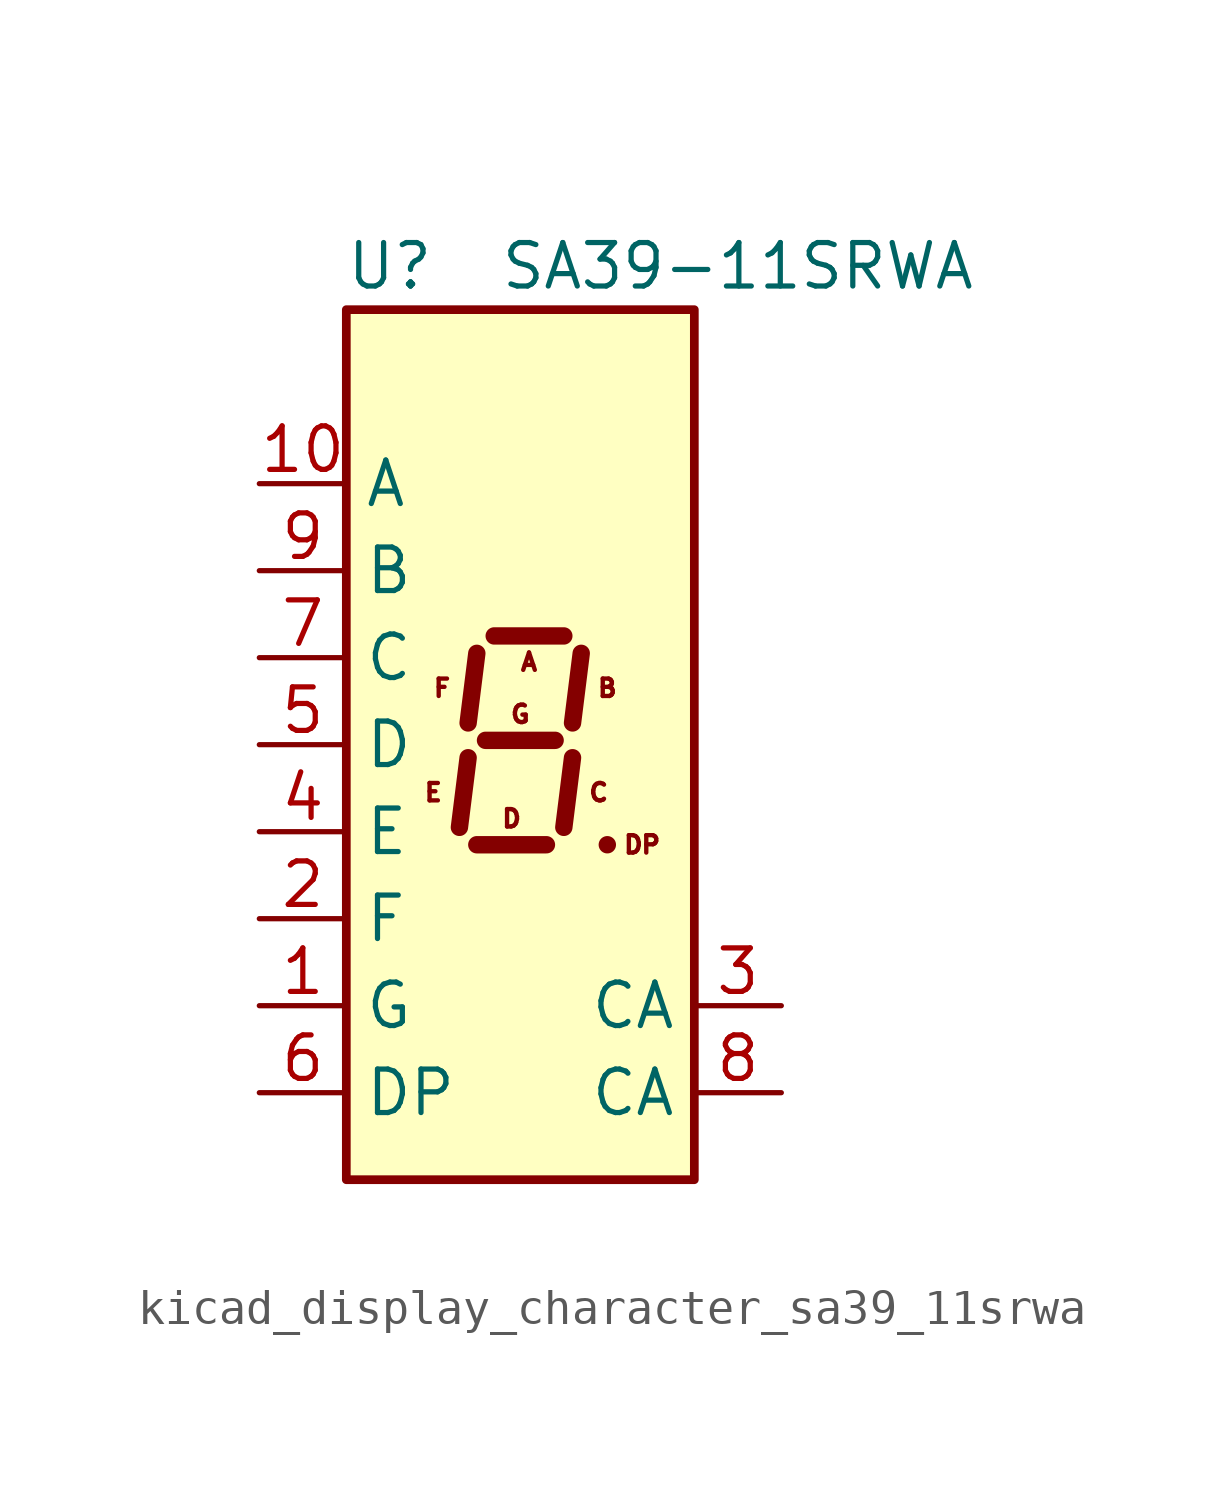
<source format=kicad_sym>
(kicad_symbol_lib
  (version 20220914)
  (generator kicad_symbol_editor)
  (symbol "kicad_display_character_sa39_11srwa"
    (property "Reference" "U"
      (at -3.81 13.97 0)
      (effects (font (size 1.27 1.27))))
    (property "Value" "SA39-11SRWA"
      (at 6.35 13.97 0)
      (effects (font (size 1.27 1.27))))
    (symbol "kicad_display_character_sa39_11srwa_1_0"
      (text "A" (at 0.254 2.413 0) (effects (font (size 0.508 0.508))))
      (text "B" (at 2.54 1.651 0) (effects (font (size 0.508 0.508))))
      (text "C" (at 2.286 -1.397 0) (effects (font (size 0.508 0.508))))
      (text "D" (at -0.254 -2.159 0) (effects (font (size 0.508 0.508))))
      (text "DP" (at 3.556 -2.921 0) (effects (font (size 0.508 0.508))))
      (text "E" (at -2.54 -1.397 0) (effects (font (size 0.508 0.508))))
      (text "F" (at -2.286 1.651 0) (effects (font (size 0.508 0.508))))
      (text "G" (at 0 0.889 0) (effects (font (size 0.508 0.508)))))
    (symbol "kicad_display_character_sa39_11srwa_1_1"
      (rectangle (start -5.08 12.7) (end 5.08 -12.7) (stroke (width 0.254) (type default)) (fill (type background)))
      (polyline (pts (xy -1.524 -0.381) (xy -1.778 -2.413)) (stroke (width 0.508) (type default)) (fill (type none)))
      (polyline (pts (xy -1.27 -2.921) (xy 0.762 -2.921)) (stroke (width 0.508) (type default)) (fill (type none)))
      (polyline (pts (xy -1.27 2.667) (xy -1.524 0.635)) (stroke (width 0.508) (type default)) (fill (type none)))
      (polyline (pts (xy -1.016 0.127) (xy 1.016 0.127)) (stroke (width 0.508) (type default)) (fill (type none)))
      (polyline (pts (xy -0.762 3.175) (xy 1.27 3.175)) (stroke (width 0.508) (type default)) (fill (type none)))
      (polyline (pts (xy 1.524 -0.381) (xy 1.27 -2.413)) (stroke (width 0.508) (type default)) (fill (type none)))
      (polyline (pts (xy 1.778 2.667) (xy 1.524 0.635)) (stroke (width 0.508) (type default)) (fill (type none)))
      (polyline (pts (xy 2.54 -2.921) (xy 2.54 -2.921)) (stroke (width 0.508) (type default)) (fill (type none)))
      (pin input line (at -7.62 -7.62 0) (length 2.54) (name "G" (effects (font (size 1.27 1.27)))) (number "1" (effects (font (size 1.27 1.27)))))
      (pin input line (at -7.62 7.62 0) (length 2.54) (name "A" (effects (font (size 1.27 1.27)))) (number "10" (effects (font (size 1.27 1.27)))))
      (pin input line (at -7.62 -5.08 0) (length 2.54) (name "F" (effects (font (size 1.27 1.27)))) (number "2" (effects (font (size 1.27 1.27)))))
      (pin input line (at 7.62 -7.62 180) (length 2.54) (name "CA" (effects (font (size 1.27 1.27)))) (number "3" (effects (font (size 1.27 1.27)))))
      (pin input line (at -7.62 -2.54 0) (length 2.54) (name "E" (effects (font (size 1.27 1.27)))) (number "4" (effects (font (size 1.27 1.27)))))
      (pin input line (at -7.62 0 0) (length 2.54) (name "D" (effects (font (size 1.27 1.27)))) (number "5" (effects (font (size 1.27 1.27)))))
      (pin input line (at -7.62 -10.16 0) (length 2.54) (name "DP" (effects (font (size 1.27 1.27)))) (number "6" (effects (font (size 1.27 1.27)))))
      (pin input line (at -7.62 2.54 0) (length 2.54) (name "C" (effects (font (size 1.27 1.27)))) (number "7" (effects (font (size 1.27 1.27)))))
      (pin input line (at 7.62 -10.16 180) (length 2.54) (name "CA" (effects (font (size 1.27 1.27)))) (number "8" (effects (font (size 1.27 1.27)))))
      (pin input line (at -7.62 5.08 0) (length 2.54) (name "B" (effects (font (size 1.27 1.27)))) (number "9" (effects (font (size 1.27 1.27))))))))
</source>
